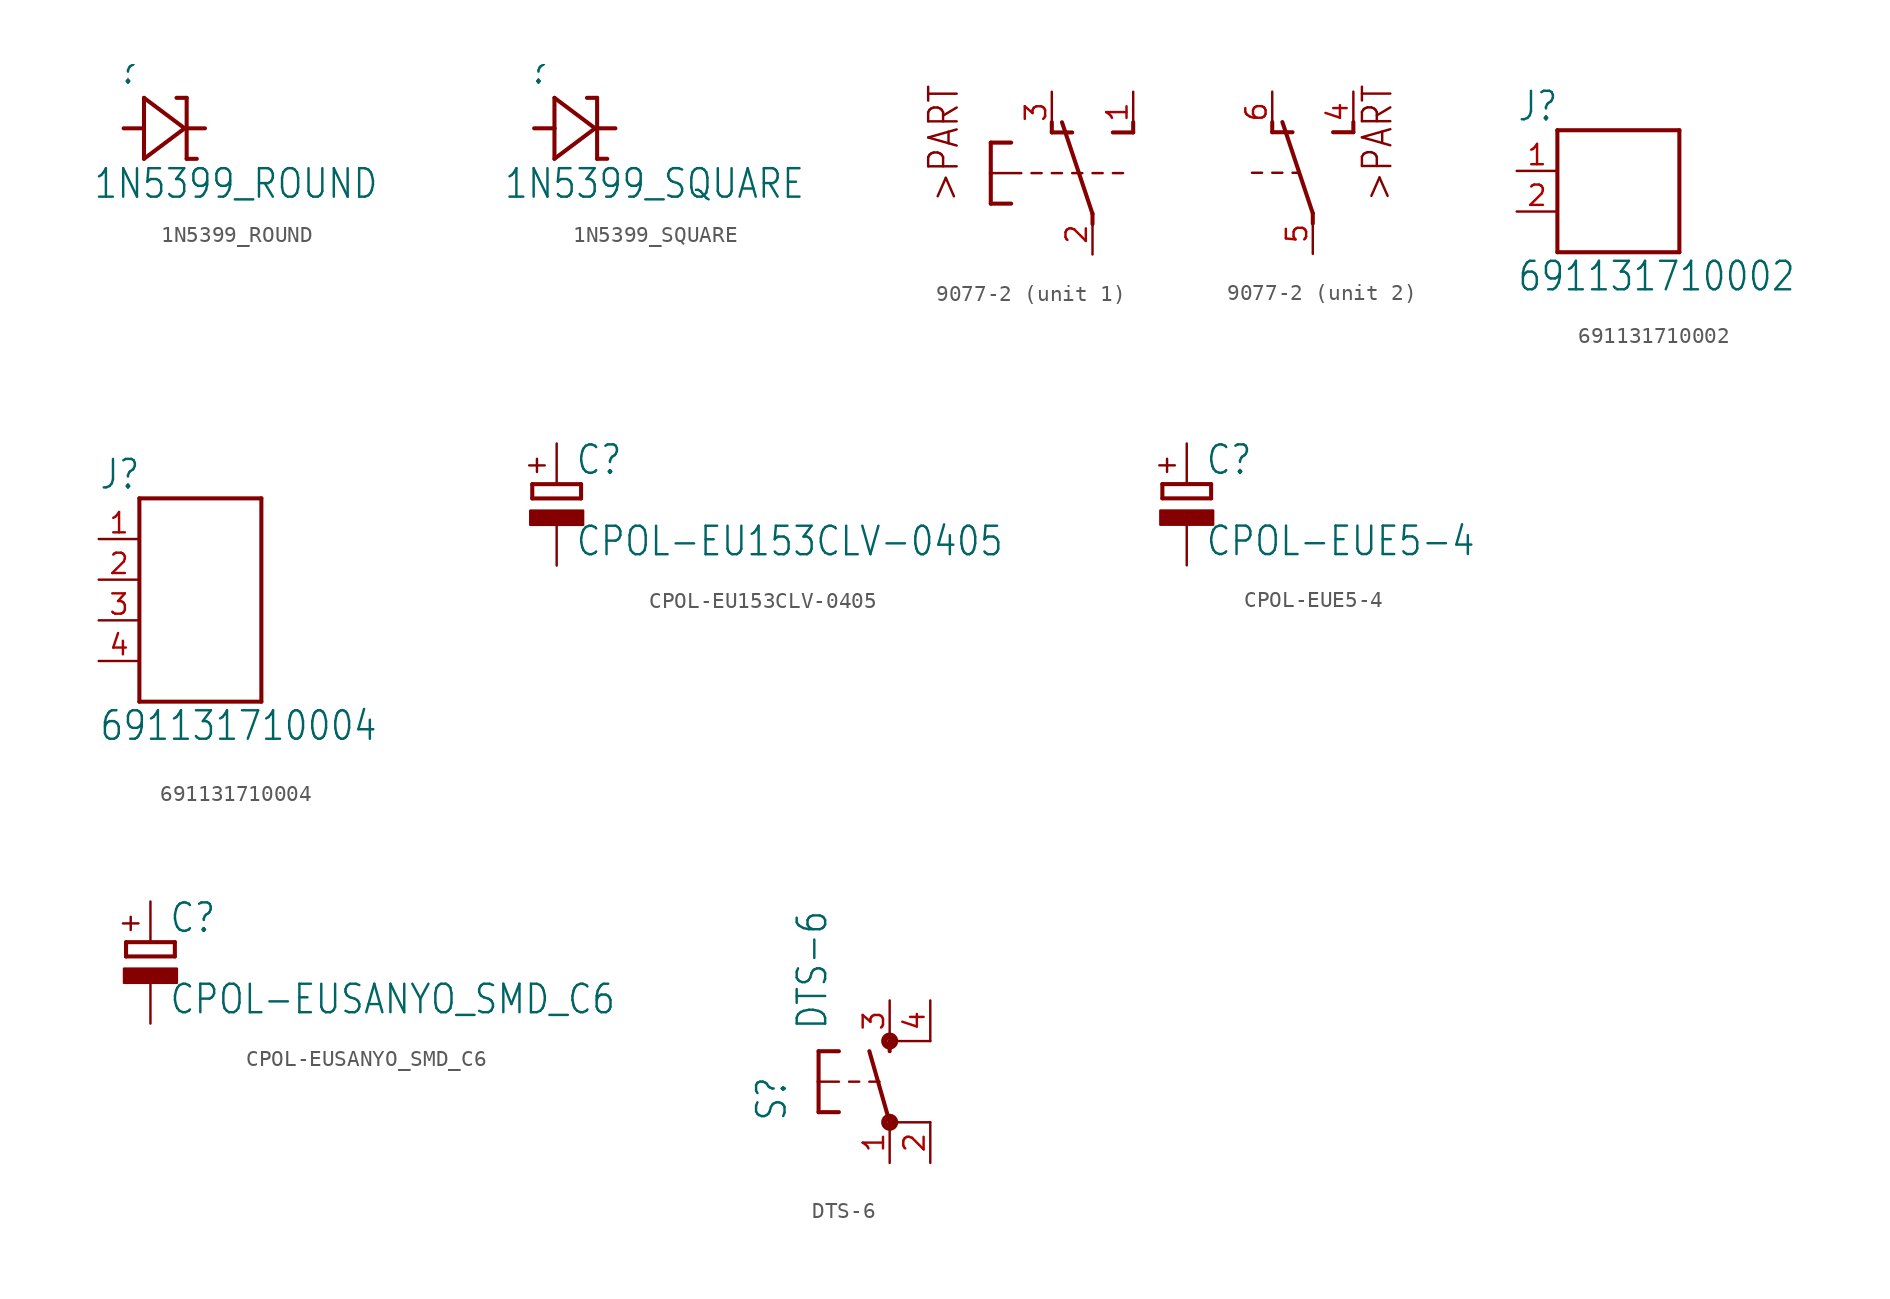
<source format=kicad_sym>
(kicad_symbol_lib
  (version 20211014)
  (generator kicad_symbol_editor)
  (symbol "1N5399_ROUND"
    (property "Reference" ""
      (at -2.946 2.642 0)
      (effects (font (size 1.778 1.511)) (justify left bottom)))
    (property "Value" "1N5399_ROUND"
      (at -4.47 -4.496 0)
      (effects (font (size 1.778 1.511)) (justify left bottom)))
    (property "ki_locked" ""
      (at 0 0 0)
      (effects (font (size 1.27 1.27))))
    (symbol "1N5399_ROUND_1_0"
      (polyline (pts (xy -1.27 -1.905) (xy 1.27 0)) (stroke (width 0.254) (type default) (color 0 0 0 0)) (fill (type none)))
      (polyline (pts (xy -1.27 0) (xy -2.54 0)) (stroke (width 0.254) (type default) (color 0 0 0 0)) (fill (type none)))
      (polyline (pts (xy -1.27 0) (xy -1.27 -1.905)) (stroke (width 0.254) (type default) (color 0 0 0 0)) (fill (type none)))
      (polyline (pts (xy -1.27 1.905) (xy -1.27 0)) (stroke (width 0.254) (type default) (color 0 0 0 0)) (fill (type none)))
      (polyline (pts (xy 1.27 0) (xy -1.27 1.905)) (stroke (width 0.254) (type default) (color 0 0 0 0)) (fill (type none)))
      (polyline (pts (xy 1.27 0) (xy 2.54 0)) (stroke (width 0.254) (type default) (color 0 0 0 0)) (fill (type none)))
      (polyline (pts (xy 1.397 -1.905) (xy 2.032 -1.905)) (stroke (width 0.254) (type default) (color 0 0 0 0)) (fill (type none)))
      (polyline (pts (xy 1.397 1.905) (xy 0.762 1.905)) (stroke (width 0.254) (type default) (color 0 0 0 0)) (fill (type none)))
      (polyline (pts (xy 1.397 1.905) (xy 1.397 -1.905)) (stroke (width 0.254) (type default) (color 0 0 0 0)) (fill (type none)))
      (pin passive line (at -2.54 0 0) (length 0) (name "A" (effects (font (size 0 0)))) (number "A" (effects (font (size 0 0)))))
      (pin passive line (at 2.54 0 180) (length 0) (name "C" (effects (font (size 0 0)))) (number "C" (effects (font (size 0 0)))))))
  (symbol "1N5399_SQUARE"
    (property "Reference" ""
      (at -2.946 2.642 0)
      (effects (font (size 1.778 1.511)) (justify left bottom)))
    (property "Value" "1N5399_SQUARE"
      (at -4.47 -4.496 0)
      (effects (font (size 1.778 1.511)) (justify left bottom)))
    (property "ki_locked" ""
      (at 0 0 0)
      (effects (font (size 1.27 1.27))))
    (symbol "1N5399_SQUARE_1_0"
      (polyline (pts (xy -1.27 -1.905) (xy 1.27 0)) (stroke (width 0.254) (type default) (color 0 0 0 0)) (fill (type none)))
      (polyline (pts (xy -1.27 0) (xy -2.54 0)) (stroke (width 0.254) (type default) (color 0 0 0 0)) (fill (type none)))
      (polyline (pts (xy -1.27 0) (xy -1.27 -1.905)) (stroke (width 0.254) (type default) (color 0 0 0 0)) (fill (type none)))
      (polyline (pts (xy -1.27 1.905) (xy -1.27 0)) (stroke (width 0.254) (type default) (color 0 0 0 0)) (fill (type none)))
      (polyline (pts (xy 1.27 0) (xy -1.27 1.905)) (stroke (width 0.254) (type default) (color 0 0 0 0)) (fill (type none)))
      (polyline (pts (xy 1.27 0) (xy 2.54 0)) (stroke (width 0.254) (type default) (color 0 0 0 0)) (fill (type none)))
      (polyline (pts (xy 1.397 -1.905) (xy 2.032 -1.905)) (stroke (width 0.254) (type default) (color 0 0 0 0)) (fill (type none)))
      (polyline (pts (xy 1.397 1.905) (xy 0.762 1.905)) (stroke (width 0.254) (type default) (color 0 0 0 0)) (fill (type none)))
      (polyline (pts (xy 1.397 1.905) (xy 1.397 -1.905)) (stroke (width 0.254) (type default) (color 0 0 0 0)) (fill (type none)))
      (pin passive line (at -2.54 0 0) (length 0) (name "A" (effects (font (size 0 0)))) (number "A" (effects (font (size 0 0)))))
      (pin passive line (at 2.54 0 180) (length 0) (name "C" (effects (font (size 0 0)))) (number "C" (effects (font (size 0 0)))))))
  (symbol "9077-2"
    (property "Reference" "S"
      (at 0 0 0)
      (effects (font (size 1.27 1.27)) hide))
    (property "ki_locked" ""
      (at 0 0 0)
      (effects (font (size 1.27 1.27))))
    (symbol "9077-2_1_0"
      (polyline (pts (xy -6.35 -1.905) (xy -5.08 -1.905)) (stroke (width 0.254) (type default) (color 0 0 0 0)) (fill (type none)))
      (polyline (pts (xy -6.35 0) (xy -6.35 -1.905)) (stroke (width 0.254) (type default) (color 0 0 0 0)) (fill (type none)))
      (polyline (pts (xy -6.35 0) (xy -4.445 0)) (stroke (width 0.152) (type default) (color 0 0 0 0)) (fill (type none)))
      (polyline (pts (xy -6.35 1.905) (xy -6.35 0)) (stroke (width 0.254) (type default) (color 0 0 0 0)) (fill (type none)))
      (polyline (pts (xy -6.35 1.905) (xy -5.08 1.905)) (stroke (width 0.254) (type default) (color 0 0 0 0)) (fill (type none)))
      (polyline (pts (xy -3.175 0) (xy -3.81 0)) (stroke (width 0.152) (type default) (color 0 0 0 0)) (fill (type none)))
      (polyline (pts (xy -2.54 2.54) (xy -2.54 3.175)) (stroke (width 0.254) (type default) (color 0 0 0 0)) (fill (type none)))
      (polyline (pts (xy -2.54 2.54) (xy -1.27 2.54)) (stroke (width 0.254) (type default) (color 0 0 0 0)) (fill (type none)))
      (polyline (pts (xy -1.905 0) (xy -2.54 0)) (stroke (width 0.152) (type default) (color 0 0 0 0)) (fill (type none)))
      (polyline (pts (xy -0.635 0) (xy -1.27 0)) (stroke (width 0.152) (type default) (color 0 0 0 0)) (fill (type none)))
      (polyline (pts (xy 0 -3.175) (xy 0 -2.54)) (stroke (width 0.254) (type default) (color 0 0 0 0)) (fill (type none)))
      (polyline (pts (xy 0 -2.54) (xy -1.905 3.175)) (stroke (width 0.254) (type default) (color 0 0 0 0)) (fill (type none)))
      (polyline (pts (xy 0.635 0) (xy 0 0)) (stroke (width 0.152) (type default) (color 0 0 0 0)) (fill (type none)))
      (polyline (pts (xy 1.27 2.54) (xy 2.54 2.54)) (stroke (width 0.254) (type default) (color 0 0 0 0)) (fill (type none)))
      (polyline (pts (xy 1.905 0) (xy 1.27 0)) (stroke (width 0.152) (type default) (color 0 0 0 0)) (fill (type none)))
      (polyline (pts (xy 2.54 2.54) (xy 2.54 3.175)) (stroke (width 0.254) (type default) (color 0 0 0 0)) (fill (type none)))
      (text ">PART" (at -8.255 -1.905 900) (effects (font (size 1.778 1.511)) (justify left bottom)))
      (pin passive line (at 2.54 5.08 270) (length 2.54) (name "S" (effects (font (size 0 0)))) (number "1" (effects (font (size 1.27 1.27)))))
      (pin passive line (at 0 -5.08 90) (length 2.54) (name "P" (effects (font (size 0 0)))) (number "2" (effects (font (size 1.27 1.27)))))
      (pin passive line (at -2.54 5.08 270) (length 2.54) (name "O" (effects (font (size 0 0)))) (number "3" (effects (font (size 1.27 1.27))))))
    (symbol "9077-2_2_0"
      (polyline (pts (xy -3.175 0) (xy -3.81 0)) (stroke (width 0.152) (type default) (color 0 0 0 0)) (fill (type none)))
      (polyline (pts (xy -2.54 2.54) (xy -2.54 3.175)) (stroke (width 0.254) (type default) (color 0 0 0 0)) (fill (type none)))
      (polyline (pts (xy -2.54 2.54) (xy -1.27 2.54)) (stroke (width 0.254) (type default) (color 0 0 0 0)) (fill (type none)))
      (polyline (pts (xy -1.905 0) (xy -2.54 0)) (stroke (width 0.152) (type default) (color 0 0 0 0)) (fill (type none)))
      (polyline (pts (xy -0.889 0) (xy -1.27 0)) (stroke (width 0.152) (type default) (color 0 0 0 0)) (fill (type none)))
      (polyline (pts (xy 0 -3.175) (xy 0 -2.54)) (stroke (width 0.254) (type default) (color 0 0 0 0)) (fill (type none)))
      (polyline (pts (xy 0 -2.54) (xy -1.905 3.175)) (stroke (width 0.254) (type default) (color 0 0 0 0)) (fill (type none)))
      (polyline (pts (xy 1.27 2.54) (xy 2.54 2.54)) (stroke (width 0.254) (type default) (color 0 0 0 0)) (fill (type none)))
      (polyline (pts (xy 2.54 2.54) (xy 2.54 3.175)) (stroke (width 0.254) (type default) (color 0 0 0 0)) (fill (type none)))
      (text ">PART" (at 5.08 -1.905 900) (effects (font (size 1.778 1.511)) (justify left bottom)))
      (pin passive line (at 2.54 5.08 270) (length 2.54) (name "S" (effects (font (size 0 0)))) (number "4" (effects (font (size 1.27 1.27)))))
      (pin passive line (at 0 -5.08 90) (length 2.54) (name "P" (effects (font (size 0 0)))) (number "5" (effects (font (size 1.27 1.27)))))
      (pin passive line (at -2.54 5.08 270) (length 2.54) (name "O" (effects (font (size 0 0)))) (number "6" (effects (font (size 1.27 1.27)))))))
  (symbol "691131710002"
    (property "Reference" "J"
      (at -6.35 4.27 0)
      (effects (font (size 1.778 1.511)) (justify left bottom)))
    (property "Value" "691131710002"
      (at -6.35 -6.35 0)
      (effects (font (size 1.778 1.511)) (justify left bottom)))
    (property "ki_locked" ""
      (at 0 0 0)
      (effects (font (size 1.27 1.27))))
    (symbol "691131710002_1_0"
      (polyline (pts (xy -3.81 -3.81) (xy 3.81 -3.81)) (stroke (width 0.254) (type default) (color 0 0 0 0)) (fill (type none)))
      (polyline (pts (xy -3.81 3.81) (xy -3.81 -3.81)) (stroke (width 0.254) (type default) (color 0 0 0 0)) (fill (type none)))
      (polyline (pts (xy 3.81 -3.81) (xy 3.81 3.81)) (stroke (width 0.254) (type default) (color 0 0 0 0)) (fill (type none)))
      (polyline (pts (xy 3.81 3.81) (xy -3.81 3.81)) (stroke (width 0.254) (type default) (color 0 0 0 0)) (fill (type none)))
      (pin passive line (at -6.35 1.27 0) (length 2.54) (name "1" (effects (font (size 0 0)))) (number "1" (effects (font (size 1.27 1.27)))))
      (pin passive line (at -6.35 -1.27 0) (length 2.54) (name "2" (effects (font (size 0 0)))) (number "2" (effects (font (size 1.27 1.27)))))))
  (symbol "691131710004"
    (property "Reference" "J"
      (at -6.35 6.81 0)
      (effects (font (size 1.778 1.511)) (justify left bottom)))
    (property "Value" "691131710004"
      (at -6.35 -8.89 0)
      (effects (font (size 1.778 1.511)) (justify left bottom)))
    (property "ki_locked" ""
      (at 0 0 0)
      (effects (font (size 1.27 1.27))))
    (symbol "691131710004_1_0"
      (polyline (pts (xy -3.81 -6.35) (xy 3.81 -6.35)) (stroke (width 0.254) (type default) (color 0 0 0 0)) (fill (type none)))
      (polyline (pts (xy -3.81 6.35) (xy -3.81 -6.35)) (stroke (width 0.254) (type default) (color 0 0 0 0)) (fill (type none)))
      (polyline (pts (xy 3.81 -6.35) (xy 3.81 6.35)) (stroke (width 0.254) (type default) (color 0 0 0 0)) (fill (type none)))
      (polyline (pts (xy 3.81 6.35) (xy -3.81 6.35)) (stroke (width 0.254) (type default) (color 0 0 0 0)) (fill (type none)))
      (pin passive line (at -6.35 3.81 0) (length 2.54) (name "1" (effects (font (size 0 0)))) (number "1" (effects (font (size 1.27 1.27)))))
      (pin passive line (at -6.35 1.27 0) (length 2.54) (name "2" (effects (font (size 0 0)))) (number "2" (effects (font (size 1.27 1.27)))))
      (pin passive line (at -6.35 -1.27 0) (length 2.54) (name "3" (effects (font (size 0 0)))) (number "3" (effects (font (size 1.27 1.27)))))
      (pin passive line (at -6.35 -3.81 0) (length 2.54) (name "4" (effects (font (size 0 0)))) (number "4" (effects (font (size 1.27 1.27)))))))
  (symbol "CPOL-EU153CLV-0405"
    (property "Reference" "C"
      (at 1.143 0.483 0)
      (effects (font (size 1.778 1.511)) (justify left bottom)))
    (property "Value" "CPOL-EU153CLV-0405"
      (at 1.143 -4.597 0)
      (effects (font (size 1.778 1.511)) (justify left bottom)))
    (property "ki_locked" ""
      (at 0 0 0)
      (effects (font (size 1.27 1.27))))
    (symbol "CPOL-EU153CLV-0405_1_0"
      (rectangle (start -1.651 -2.54) (end 1.651 -1.651) (stroke (width 0) (type default) (color 0 0 0 0)) (fill (type outline)))
      (polyline (pts (xy -1.524 -0.889) (xy 1.524 -0.889)) (stroke (width 0.254) (type default) (color 0 0 0 0)) (fill (type none)))
      (polyline (pts (xy -1.524 0) (xy -1.524 -0.889)) (stroke (width 0.254) (type default) (color 0 0 0 0)) (fill (type none)))
      (polyline (pts (xy -1.524 0) (xy 1.524 0)) (stroke (width 0.254) (type default) (color 0 0 0 0)) (fill (type none)))
      (polyline (pts (xy 1.524 -0.889) (xy 1.524 0)) (stroke (width 0.254) (type default) (color 0 0 0 0)) (fill (type none)))
      (text "+" (at -0.584 0.406 900) (effects (font (size 1.27 1.079)) (justify left bottom)))
      (pin passive line (at 0 2.54 270) (length 2.54) (name "+" (effects (font (size 0 0)))) (number "+" (effects (font (size 0 0)))))
      (pin passive line (at 0 -5.08 90) (length 2.54) (name "-" (effects (font (size 0 0)))) (number "-" (effects (font (size 0 0)))))))
  (symbol "CPOL-EUE5-4"
    (property "Reference" "C"
      (at 1.143 0.483 0)
      (effects (font (size 1.778 1.511)) (justify left bottom)))
    (property "Value" "CPOL-EUE5-4"
      (at 1.143 -4.597 0)
      (effects (font (size 1.778 1.511)) (justify left bottom)))
    (property "ki_locked" ""
      (at 0 0 0)
      (effects (font (size 1.27 1.27))))
    (symbol "CPOL-EUE5-4_1_0"
      (rectangle (start -1.651 -2.54) (end 1.651 -1.651) (stroke (width 0) (type default) (color 0 0 0 0)) (fill (type outline)))
      (polyline (pts (xy -1.524 -0.889) (xy 1.524 -0.889)) (stroke (width 0.254) (type default) (color 0 0 0 0)) (fill (type none)))
      (polyline (pts (xy -1.524 0) (xy -1.524 -0.889)) (stroke (width 0.254) (type default) (color 0 0 0 0)) (fill (type none)))
      (polyline (pts (xy -1.524 0) (xy 1.524 0)) (stroke (width 0.254) (type default) (color 0 0 0 0)) (fill (type none)))
      (polyline (pts (xy 1.524 -0.889) (xy 1.524 0)) (stroke (width 0.254) (type default) (color 0 0 0 0)) (fill (type none)))
      (text "+" (at -0.584 0.406 900) (effects (font (size 1.27 1.079)) (justify left bottom)))
      (pin passive line (at 0 2.54 270) (length 2.54) (name "+" (effects (font (size 0 0)))) (number "+" (effects (font (size 0 0)))))
      (pin passive line (at 0 -5.08 90) (length 2.54) (name "-" (effects (font (size 0 0)))) (number "-" (effects (font (size 0 0)))))))
  (symbol "CPOL-EUSANYO_SMD_C6"
    (property "Reference" "C"
      (at 1.143 0.483 0)
      (effects (font (size 1.778 1.511)) (justify left bottom)))
    (property "Value" "CPOL-EUSANYO_SMD_C6"
      (at 1.143 -4.597 0)
      (effects (font (size 1.778 1.511)) (justify left bottom)))
    (property "ki_locked" ""
      (at 0 0 0)
      (effects (font (size 1.27 1.27))))
    (symbol "CPOL-EUSANYO_SMD_C6_1_0"
      (rectangle (start -1.651 -2.54) (end 1.651 -1.651) (stroke (width 0) (type default) (color 0 0 0 0)) (fill (type outline)))
      (polyline (pts (xy -1.524 -0.889) (xy 1.524 -0.889)) (stroke (width 0.254) (type default) (color 0 0 0 0)) (fill (type none)))
      (polyline (pts (xy -1.524 0) (xy -1.524 -0.889)) (stroke (width 0.254) (type default) (color 0 0 0 0)) (fill (type none)))
      (polyline (pts (xy -1.524 0) (xy 1.524 0)) (stroke (width 0.254) (type default) (color 0 0 0 0)) (fill (type none)))
      (polyline (pts (xy 1.524 -0.889) (xy 1.524 0)) (stroke (width 0.254) (type default) (color 0 0 0 0)) (fill (type none)))
      (text "+" (at -0.584 0.406 900) (effects (font (size 1.27 1.079)) (justify left bottom)))
      (pin passive line (at 0 2.54 270) (length 2.54) (name "+" (effects (font (size 0 0)))) (number "+" (effects (font (size 0 0)))))
      (pin passive line (at 0 -5.08 90) (length 2.54) (name "-" (effects (font (size 0 0)))) (number "-" (effects (font (size 0 0)))))))
  (symbol "DTS-6"
    (property "Reference" "S"
      (at -6.35 -2.54 90)
      (effects (font (size 1.778 1.511)) (justify left bottom)))
    (property "Value" "DTS-6"
      (at -3.81 3.175 90)
      (effects (font (size 1.778 1.511)) (justify left bottom)))
    (property "ki_locked" ""
      (at 0 0 0)
      (effects (font (size 1.27 1.27))))
    (symbol "DTS-6_1_0"
      (circle (center 0 -2.54) (radius 0.127) (stroke (width 0.406) (type default) (color 0 0 0 0)) (fill (type none)))
      (polyline (pts (xy -4.445 -1.905) (xy -3.175 -1.905)) (stroke (width 0.254) (type default) (color 0 0 0 0)) (fill (type none)))
      (polyline (pts (xy -4.445 0) (xy -4.445 -1.905)) (stroke (width 0.254) (type default) (color 0 0 0 0)) (fill (type none)))
      (polyline (pts (xy -4.445 0) (xy -3.175 0)) (stroke (width 0.152) (type default) (color 0 0 0 0)) (fill (type none)))
      (polyline (pts (xy -4.445 1.905) (xy -4.445 0)) (stroke (width 0.254) (type default) (color 0 0 0 0)) (fill (type none)))
      (polyline (pts (xy -4.445 1.905) (xy -3.175 1.905)) (stroke (width 0.254) (type default) (color 0 0 0 0)) (fill (type none)))
      (polyline (pts (xy -2.54 0) (xy -1.905 0)) (stroke (width 0.152) (type default) (color 0 0 0 0)) (fill (type none)))
      (polyline (pts (xy -1.27 0) (xy -0.635 0)) (stroke (width 0.152) (type default) (color 0 0 0 0)) (fill (type none)))
      (polyline (pts (xy 0 -2.54) (xy -1.27 1.905)) (stroke (width 0.254) (type default) (color 0 0 0 0)) (fill (type none)))
      (polyline (pts (xy 0 1.905) (xy 0 2.54)) (stroke (width 0.254) (type default) (color 0 0 0 0)) (fill (type none)))
      (polyline (pts (xy 2.54 -2.54) (xy 0 -2.54)) (stroke (width 0.152) (type default) (color 0 0 0 0)) (fill (type none)))
      (polyline (pts (xy 2.54 2.54) (xy 0 2.54)) (stroke (width 0.152) (type default) (color 0 0 0 0)) (fill (type none)))
      (circle (center 0 2.54) (radius 0.127) (stroke (width 0.406) (type default) (color 0 0 0 0)) (fill (type none)))
      (pin passive line (at 0 -5.08 90) (length 2.54) (name "1" (effects (font (size 0 0)))) (number "1" (effects (font (size 1.27 1.27)))))
      (pin passive line (at 2.54 -5.08 90) (length 2.54) (name "2" (effects (font (size 0 0)))) (number "2" (effects (font (size 1.27 1.27)))))
      (pin passive line (at 0 5.08 270) (length 2.54) (name "3" (effects (font (size 0 0)))) (number "3" (effects (font (size 1.27 1.27)))))
      (pin passive line (at 2.54 5.08 270) (length 2.54) (name "4" (effects (font (size 0 0)))) (number "4" (effects (font (size 1.27 1.27))))))))
</source>
